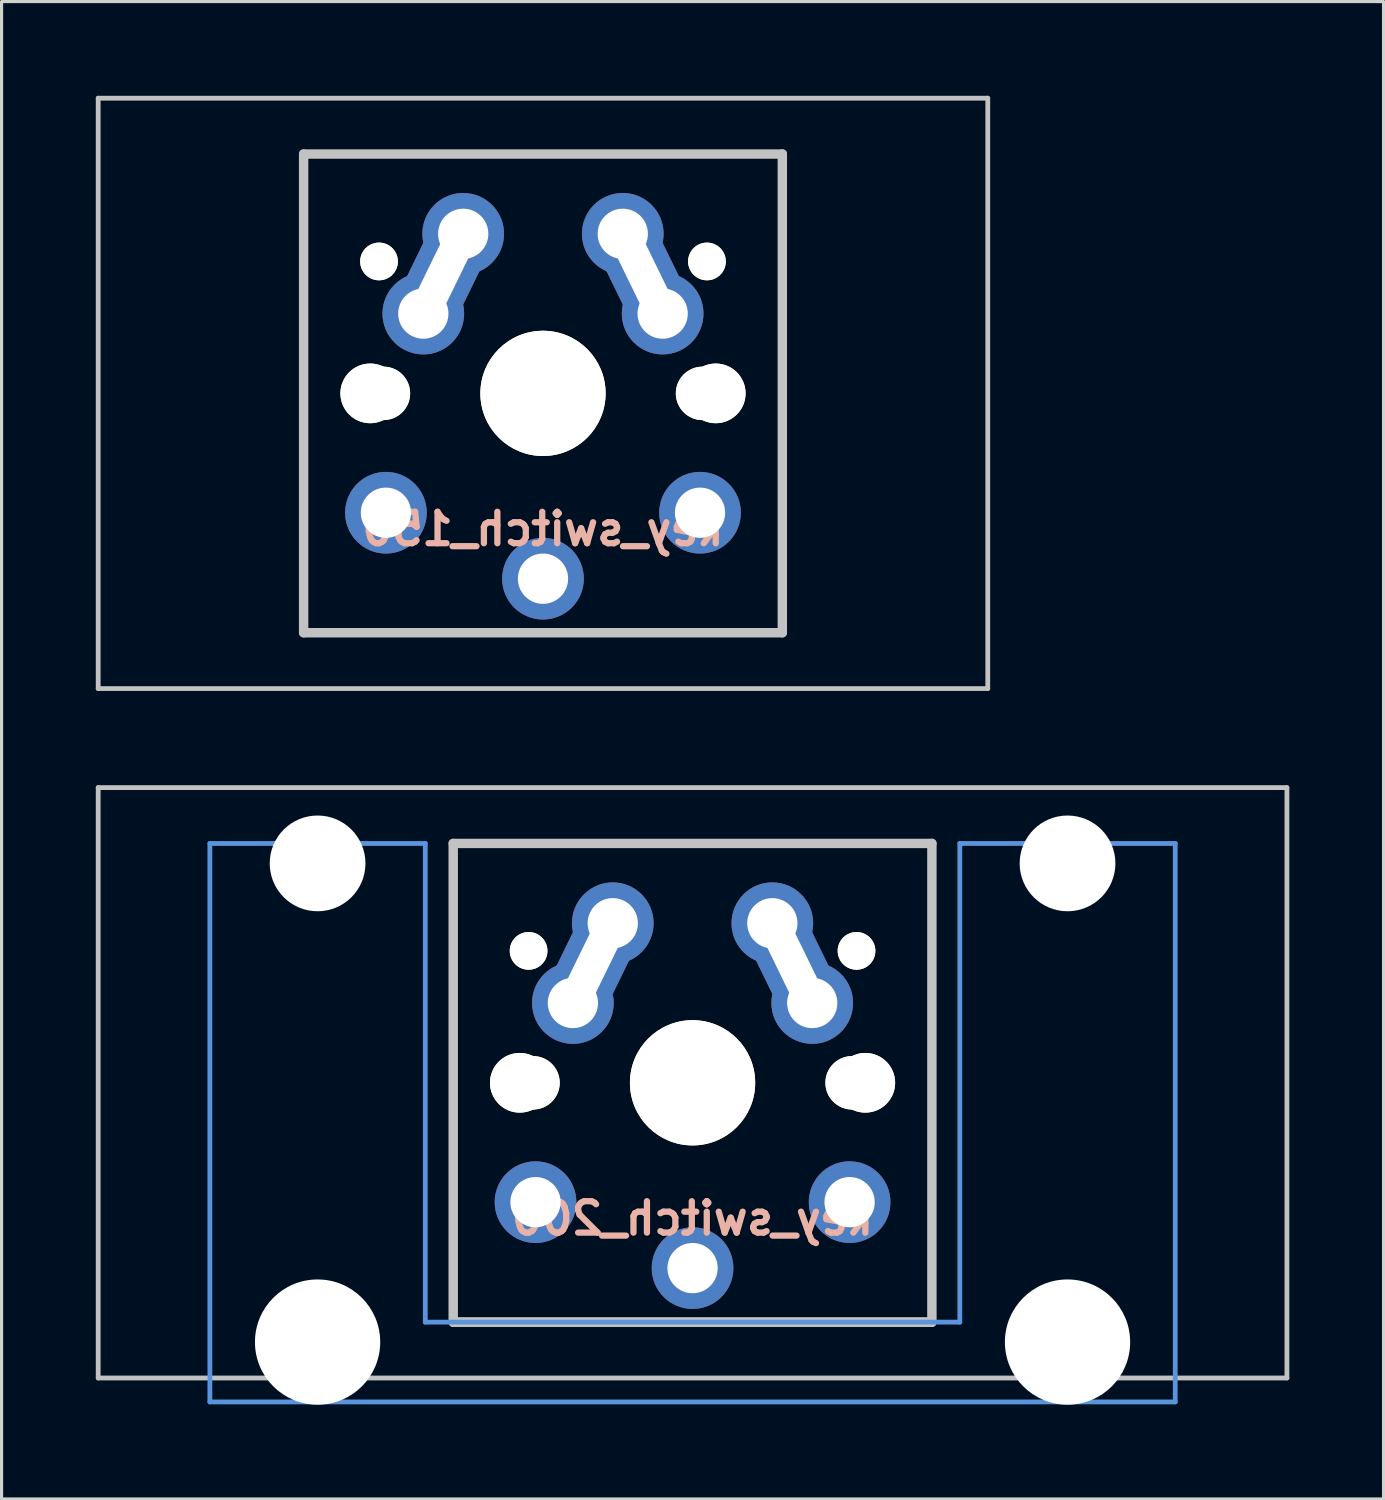
<source format=kicad_pcb>
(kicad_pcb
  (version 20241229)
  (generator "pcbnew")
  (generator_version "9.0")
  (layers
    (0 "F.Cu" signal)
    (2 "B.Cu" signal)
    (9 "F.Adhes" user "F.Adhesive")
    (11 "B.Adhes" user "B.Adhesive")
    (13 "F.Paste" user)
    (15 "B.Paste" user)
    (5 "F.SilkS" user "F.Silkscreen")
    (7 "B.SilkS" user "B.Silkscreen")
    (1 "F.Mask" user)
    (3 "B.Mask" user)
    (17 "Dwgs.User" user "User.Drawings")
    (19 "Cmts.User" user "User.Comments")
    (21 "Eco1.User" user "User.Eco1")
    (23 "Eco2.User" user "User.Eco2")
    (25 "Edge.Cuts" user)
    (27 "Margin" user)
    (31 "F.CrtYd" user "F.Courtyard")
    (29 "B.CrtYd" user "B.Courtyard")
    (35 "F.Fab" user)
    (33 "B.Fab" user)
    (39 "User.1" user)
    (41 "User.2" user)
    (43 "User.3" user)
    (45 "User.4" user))
  (footprint "key_switch_200"
    (layer "F.Cu")
    (at 18.999 31.423)
    (property "Reference" "key_switch_200" (at 0 4.318 0) (layer "B.SilkS") (effects (font (size 1 1) (thickness 0.2)) (justify mirror)))
    (attr through_hole)
    (fp_line (start -18.923 -9.398) (end 18.923 -9.398) (stroke (width 0.152) (type solid)) (layer "Dwgs.User"))
    (fp_line (start -18.923 9.398) (end -18.923 -9.398) (stroke (width 0.152) (type solid)) (layer "Dwgs.User"))
    (fp_line (start -7.62 -7.62) (end 7.62 -7.62) (stroke (width 0.3) (type solid)) (layer "Dwgs.User"))
    (fp_line (start -7.62 7.62) (end -7.62 -7.62) (stroke (width 0.3) (type solid)) (layer "Dwgs.User"))
    (fp_line (start 7.62 -7.62) (end 7.62 7.62) (stroke (width 0.3) (type solid)) (layer "Dwgs.User"))
    (fp_line (start 7.62 7.62) (end -7.62 7.62) (stroke (width 0.3) (type solid)) (layer "Dwgs.User"))
    (fp_line (start 7.62 7.62) (end -7.62 7.62) (stroke (width 0.3) (type solid)) (layer "Dwgs.User"))
    (fp_line (start 18.923 -9.398) (end 18.923 9.398) (stroke (width 0.152) (type solid)) (layer "Dwgs.User"))
    (fp_line (start 18.923 9.398) (end -18.923 9.398) (stroke (width 0.152) (type solid)) (layer "Dwgs.User"))
    (fp_line (start -15.367 -7.62) (end -15.367 10.16) (stroke (width 0.152) (type solid)) (layer "Cmts.User"))
    (fp_line (start -15.367 10.16) (end 15.367 10.16) (stroke (width 0.152) (type solid)) (layer "Cmts.User"))
    (fp_line (start -8.509 -7.62) (end -15.367 -7.62) (stroke (width 0.152) (type solid)) (layer "Cmts.User"))
    (fp_line (start -8.509 7.62) (end -8.509 -7.62) (stroke (width 0.152) (type solid)) (layer "Cmts.User"))
    (fp_line (start 8.509 -7.62) (end 8.509 7.62) (stroke (width 0.152) (type solid)) (layer "Cmts.User"))
    (fp_line (start 8.509 7.62) (end -8.509 7.62) (stroke (width 0.152) (type solid)) (layer "Cmts.User"))
    (fp_line (start 15.367 -7.62) (end 8.509 -7.62) (stroke (width 0.152) (type solid)) (layer "Cmts.User"))
    (fp_line (start 15.367 10.16) (end 15.367 -7.62) (stroke (width 0.152) (type solid)) (layer "Cmts.User"))
    (fp_line (start -16.129 -2.286) (end -15.265 -2.286) (stroke (width 0.152) (type solid)) (layer "Eco2.User"))
    (fp_line (start -16.129 0.508) (end -16.129 -2.286) (stroke (width 0.152) (type solid)) (layer "Eco2.User"))
    (fp_line (start -15.265 -5.69) (end -8.611 -5.69) (stroke (width 0.152) (type solid)) (layer "Eco2.User"))
    (fp_line (start -15.265 -2.286) (end -15.265 -5.69) (stroke (width 0.152) (type solid)) (layer "Eco2.User"))
    (fp_line (start -15.265 0.508) (end -16.129 0.508) (stroke (width 0.152) (type solid)) (layer "Eco2.User"))
    (fp_line (start -15.265 6.604) (end -15.265 0.508) (stroke (width 0.152) (type solid)) (layer "Eco2.User"))
    (fp_line (start -14.224 6.604) (end -15.265 6.604) (stroke (width 0.152) (type solid)) (layer "Eco2.User"))
    (fp_line (start -14.224 7.772) (end -14.224 6.604) (stroke (width 0.152) (type solid)) (layer "Eco2.User"))
    (fp_line (start -9.652 6.604) (end -9.652 7.772) (stroke (width 0.152) (type solid)) (layer "Eco2.User"))
    (fp_line (start -9.652 7.772) (end -14.224 7.772) (stroke (width 0.152) (type solid)) (layer "Eco2.User"))
    (fp_line (start -8.611 -5.69) (end -8.611 -4.877) (stroke (width 0.152) (type solid)) (layer "Eco2.User"))
    (fp_line (start -8.611 -4.877) (end -6.985 -4.877) (stroke (width 0.152) (type solid)) (layer "Eco2.User"))
    (fp_line (start -8.611 5.817) (end -8.611 6.604) (stroke (width 0.152) (type solid)) (layer "Eco2.User"))
    (fp_line (start -8.611 6.604) (end -9.652 6.604) (stroke (width 0.152) (type solid)) (layer "Eco2.User"))
    (fp_line (start -6.985 -6.985) (end 6.985 -6.985) (stroke (width 0.152) (type solid)) (layer "Eco2.User"))
    (fp_line (start -6.985 -4.877) (end -6.985 -6.985) (stroke (width 0.152) (type solid)) (layer "Eco2.User"))
    (fp_line (start -6.985 5.817) (end -8.611 5.817) (stroke (width 0.152) (type solid)) (layer "Eco2.User"))
    (fp_line (start -6.985 6.985) (end -6.985 5.817) (stroke (width 0.152) (type solid)) (layer "Eco2.User"))
    (fp_line (start 6.985 -6.985) (end 6.985 -4.877) (stroke (width 0.152) (type solid)) (layer "Eco2.User"))
    (fp_line (start 6.985 -4.877) (end 8.611 -4.877) (stroke (width 0.152) (type solid)) (layer "Eco2.User"))
    (fp_line (start 6.985 5.817) (end 6.985 6.985) (stroke (width 0.152) (type solid)) (layer "Eco2.User"))
    (fp_line (start 6.985 6.985) (end -6.985 6.985) (stroke (width 0.152) (type solid)) (layer "Eco2.User"))
    (fp_line (start 8.611 -5.69) (end 15.265 -5.69) (stroke (width 0.152) (type solid)) (layer "Eco2.User"))
    (fp_line (start 8.611 -4.877) (end 8.611 -5.69) (stroke (width 0.152) (type solid)) (layer "Eco2.User"))
    (fp_line (start 8.611 5.817) (end 6.985 5.817) (stroke (width 0.152) (type solid)) (layer "Eco2.User"))
    (fp_line (start 8.611 6.604) (end 8.611 5.817) (stroke (width 0.152) (type solid)) (layer "Eco2.User"))
    (fp_line (start 9.652 6.604) (end 8.611 6.604) (stroke (width 0.152) (type solid)) (layer "Eco2.User"))
    (fp_line (start 9.652 7.772) (end 9.652 6.604) (stroke (width 0.152) (type solid)) (layer "Eco2.User"))
    (fp_line (start 14.224 6.604) (end 14.224 7.772) (stroke (width 0.152) (type solid)) (layer "Eco2.User"))
    (fp_line (start 14.224 7.772) (end 9.652 7.772) (stroke (width 0.152) (type solid)) (layer "Eco2.User"))
    (fp_line (start 15.265 -5.69) (end 15.265 -2.286) (stroke (width 0.152) (type solid)) (layer "Eco2.User"))
    (fp_line (start 15.265 -2.286) (end 16.129 -2.286) (stroke (width 0.152) (type solid)) (layer "Eco2.User"))
    (fp_line (start 15.265 0.508) (end 15.265 6.604) (stroke (width 0.152) (type solid)) (layer "Eco2.User"))
    (fp_line (start 15.265 6.604) (end 14.224 6.604) (stroke (width 0.152) (type solid)) (layer "Eco2.User"))
    (fp_line (start 16.129 -2.286) (end 16.129 0.508) (stroke (width 0.152) (type solid)) (layer "Eco2.User"))
    (fp_line (start 16.129 0.508) (end 15.265 0.508) (stroke (width 0.152) (type solid)) (layer "Eco2.User"))
    (pad "" np_thru_hole circle (at -11.938 -6.985) (size 3.048 3.048) (drill 3.048) (layers "*.Cu" "*.Mask"))
    (pad "" np_thru_hole circle (at -11.938 8.255) (size 3.988 3.988) (drill 3.988) (layers "*.Cu" "*.Mask"))
    (pad "" np_thru_hole circle (at -5.5 0) (size 1.9 1.9) (drill 1.9) (layers "*.Cu" "*.Mask" "F.SilkS"))
    (pad "" np_thru_hole circle (at -5.22 -4.2) (size 1.2 1.2) (drill 1.2) (layers "*.Cu" "*.Mask" "F.SilkS"))
    (pad "" np_thru_hole circle (at -5.08 0) (size 1.702 1.702) (drill 1.702) (layers "*.Cu" "*.Mask" "F.SilkS"))
    (pad "" np_thru_hole circle (at 0 0) (size 3.988 3.988) (drill 3.988) (layers "*.Cu" "*.Mask" "F.SilkS"))
    (pad "" np_thru_hole circle (at 5.08 0) (size 1.702 1.702) (drill 1.702) (layers "*.Cu" "*.Mask" "F.SilkS"))
    (pad "" np_thru_hole circle (at 5.22 -4.2) (size 1.2 1.2) (drill 1.2) (layers "*.Cu" "*.Mask" "F.SilkS"))
    (pad "" np_thru_hole circle (at 5.5 0) (size 1.9 1.9) (drill 1.9) (layers "*.Cu" "*.Mask" "F.SilkS"))
    (pad "" np_thru_hole circle (at 11.938 -6.985) (size 3.048 3.048) (drill 3.048) (layers "*.Cu" "*.Mask"))
    (pad "" np_thru_hole circle (at 11.938 8.255) (size 3.988 3.988) (drill 3.988) (layers "*.Cu" "*.Mask"))
    (pad "1" thru_hole circle (at -3.81 -2.54) (size 2.6 2.6) (drill 1.6) (layers "*.Cu" "*.Mask"))
    (pad "1" thru_hole oval (at -3.175 -3.81 334) (size 2 4) (drill oval 1 3) (layers "*.Cu" "*.Mask"))
    (pad "1" thru_hole circle (at -2.54 -5.08) (size 2.6 2.6) (drill 1.6) (layers "*.Cu" "*.Mask"))
    (pad "1" thru_hole circle (at 0 5.9) (size 2.6 2.6) (drill 1.6) (layers "*.Cu" "*.Mask"))
    (pad "2" thru_hole circle (at -5 3.8) (size 2.6 2.6) (drill 1.6) (layers "*.Cu" "*.Mask"))
    (pad "2" thru_hole circle (at 2.54 -5.08) (size 2.6 2.6) (drill 1.6) (layers "*.Cu" "*.Mask"))
    (pad "2" thru_hole oval (at 3.175 -3.81 26) (size 2 4) (drill oval 1 3) (layers "*.Cu" "*.Mask"))
    (pad "2" thru_hole circle (at 3.81 -2.54) (size 2.6 2.6) (drill 1.6) (layers "*.Cu" "*.Mask"))
    (pad "2" thru_hole circle (at 5 3.8) (size 2.6 2.6) (drill 1.6) (layers "*.Cu" "*.Mask")))
  (footprint "key_switch_150"
    (layer "F.Cu")
    (at 14.237 9.474)
    (property "Reference" "key_switch_150" (at 0 4.318 0) (layer "B.SilkS") (effects (font (size 1 1) (thickness 0.2)) (justify mirror)))
    (attr through_hole)
    (fp_line (start -14.161 -9.398) (end 14.161 -9.398) (stroke (width 0.152) (type solid)) (layer "Dwgs.User"))
    (fp_line (start -14.161 9.398) (end -14.161 -9.398) (stroke (width 0.152) (type solid)) (layer "Dwgs.User"))
    (fp_line (start -7.62 -7.62) (end 7.62 -7.62) (stroke (width 0.3) (type solid)) (layer "Dwgs.User"))
    (fp_line (start -7.62 7.62) (end -7.62 -7.62) (stroke (width 0.3) (type solid)) (layer "Dwgs.User"))
    (fp_line (start 7.62 -7.62) (end 7.62 7.62) (stroke (width 0.3) (type solid)) (layer "Dwgs.User"))
    (fp_line (start 7.62 7.62) (end -7.62 7.62) (stroke (width 0.3) (type solid)) (layer "Dwgs.User"))
    (fp_line (start 14.161 -9.398) (end 14.161 9.398) (stroke (width 0.152) (type solid)) (layer "Dwgs.User"))
    (fp_line (start 14.161 9.398) (end -14.161 9.398) (stroke (width 0.152) (type solid)) (layer "Dwgs.User"))
    (pad "" np_thru_hole circle (at -5.5 0) (size 1.9 1.9) (drill 1.9) (layers "*.Cu" "*.Mask" "F.SilkS"))
    (pad "" np_thru_hole circle (at -5.22 -4.2) (size 1.2 1.2) (drill 1.2) (layers "*.Cu" "*.Mask" "F.SilkS"))
    (pad "" np_thru_hole circle (at -5.08 0) (size 1.702 1.702) (drill 1.702) (layers "*.Cu" "*.Mask" "F.SilkS"))
    (pad "" np_thru_hole circle (at 0 0) (size 3.988 3.988) (drill 3.988) (layers "*.Cu" "*.Mask" "F.SilkS"))
    (pad "" np_thru_hole circle (at 5.08 0) (size 1.702 1.702) (drill 1.702) (layers "*.Cu" "*.Mask" "F.SilkS"))
    (pad "" np_thru_hole circle (at 5.22 -4.2) (size 1.2 1.2) (drill 1.2) (layers "*.Cu" "*.Mask" "F.SilkS"))
    (pad "" np_thru_hole circle (at 5.5 0) (size 1.9 1.9) (drill 1.9) (layers "*.Cu" "*.Mask" "F.SilkS"))
    (pad "1" thru_hole circle (at -3.81 -2.54) (size 2.6 2.6) (drill 1.6) (layers "*.Cu" "*.Mask"))
    (pad "1" thru_hole oval (at -3.175 -3.81 334) (size 2 4) (drill oval 1 3) (layers "*.Cu" "*.Mask"))
    (pad "1" thru_hole circle (at -2.54 -5.08) (size 2.6 2.6) (drill 1.6) (layers "*.Cu" "*.Mask"))
    (pad "1" thru_hole circle (at 0 5.9) (size 2.6 2.6) (drill 1.6) (layers "*.Cu" "*.Mask"))
    (pad "2" thru_hole circle (at -5 3.8) (size 2.6 2.6) (drill 1.6) (layers "*.Cu" "*.Mask"))
    (pad "2" thru_hole circle (at 2.54 -5.08) (size 2.6 2.6) (drill 1.6) (layers "*.Cu" "*.Mask"))
    (pad "2" thru_hole oval (at 3.175 -3.81 26) (size 2 4) (drill oval 1 3) (layers "*.Cu" "*.Mask"))
    (pad "2" thru_hole circle (at 3.81 -2.54) (size 2.6 2.6) (drill 1.6) (layers "*.Cu" "*.Mask"))
    (pad "2" thru_hole circle (at 5 3.8) (size 2.6 2.6) (drill 1.6) (layers "*.Cu" "*.Mask")))
  (gr_rect
    (start -3 -3)
    (end 40.998 44.672)
    (stroke (width 0.1) (type default))
    (fill no)
    (layer "Edge.Cuts")))
</source>
